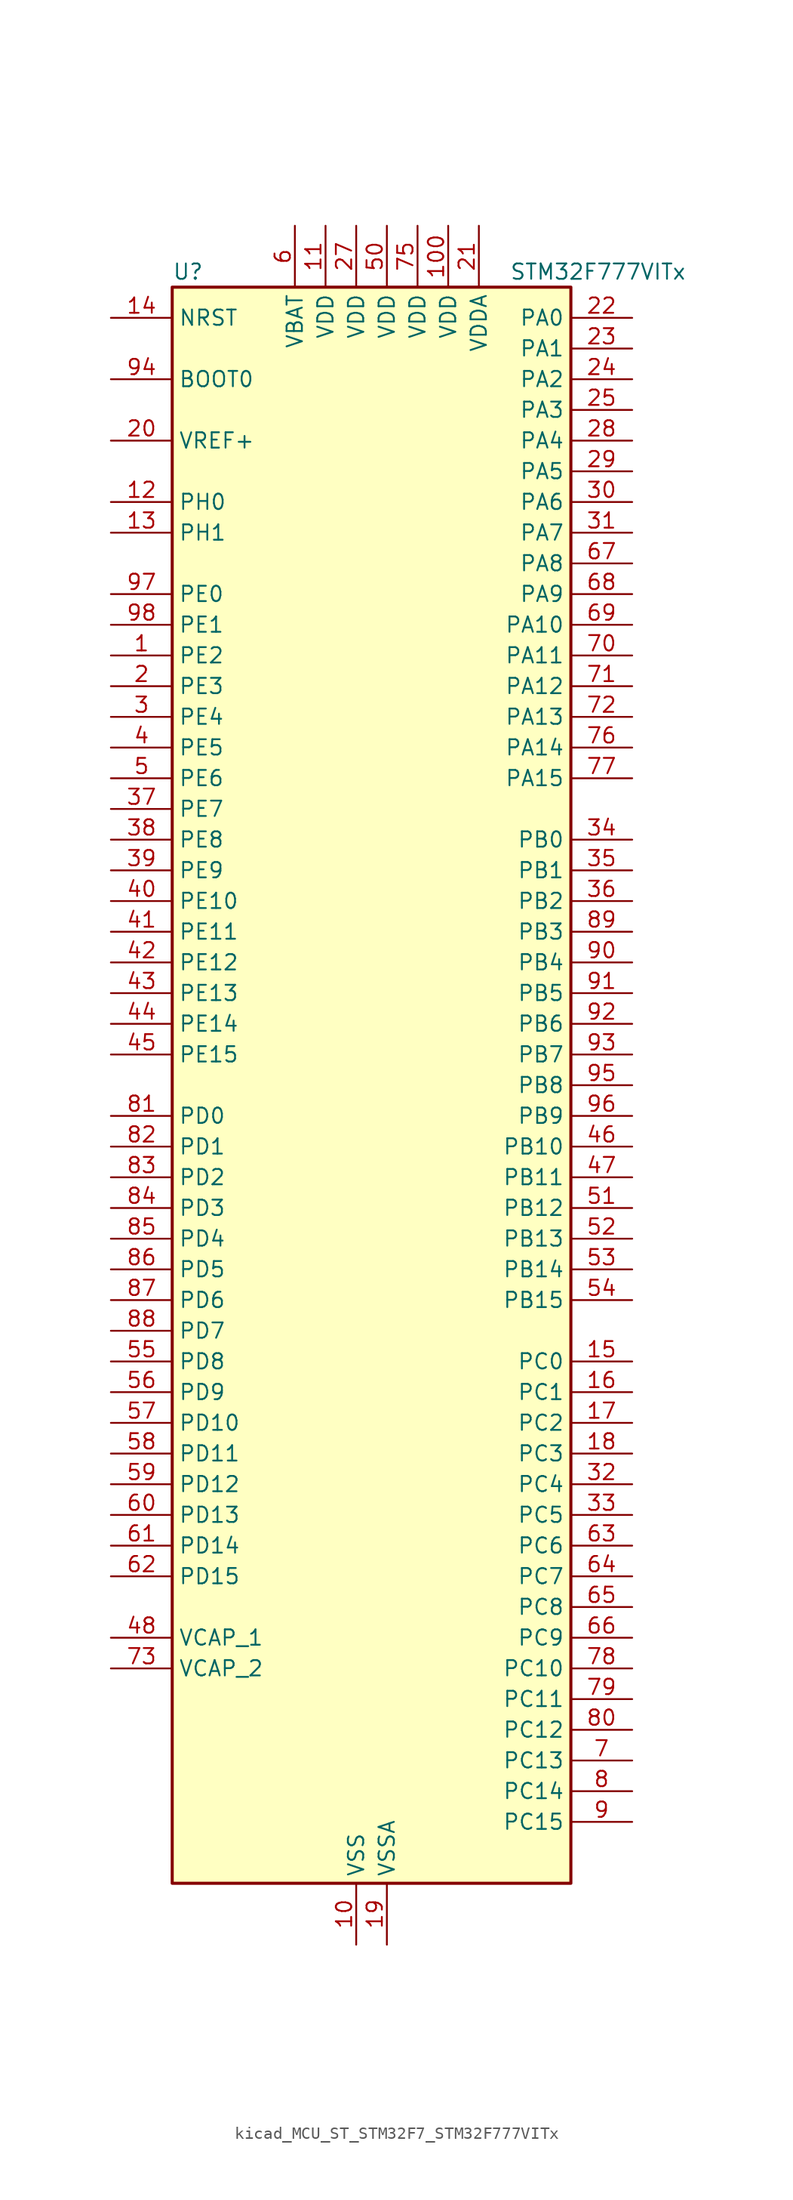
<source format=kicad_sym>
(kicad_symbol_lib
  (version 20220914)
  (generator kicad_symbol_editor)
  (symbol "kicad_MCU_ST_STM32F7_STM32F777VITx"
    (property "Reference" "U"
      (at -15.24 67.31 0)
      (effects (font (size 1.27 1.27)) (justify left)))
    (property "Value" "STM32F777VITx"
      (at 12.7 67.31 0)
      (effects (font (size 1.27 1.27)) (justify left)))
    (property "ki_locked" ""
      (at 0 0 0)
      (effects (font (size 1.27 1.27))))
    (symbol "kicad_MCU_ST_STM32F7_STM32F777VITx_0_1"
      (rectangle (start -15.24 -66.04) (end 17.78 66.04) (stroke (width 0.254) (type default)) (fill (type background))))
    (symbol "kicad_MCU_ST_STM32F7_STM32F777VITx_1_1"
      (pin bidirectional line (at -20.32 35.56 0) (length 5.08) (name "PE2" (effects (font (size 1.27 1.27)))) (number "1" (effects (font (size 1.27 1.27)))) (alternate "ETH_TXD3" bidirectional line) (alternate "FMC_A23" bidirectional line) (alternate "QUADSPI_BK1_IO2" bidirectional line) (alternate "SAI1_MCLK_A" bidirectional line) (alternate "SPI4_SCK" bidirectional line) (alternate "SYS_TRACECLK" bidirectional line))
      (pin power_in line (at 0 -71.12 90) (length 5.08) (name "VSS" (effects (font (size 1.27 1.27)))) (number "10" (effects (font (size 1.27 1.27)))))
      (pin power_in line (at 7.62 71.12 270) (length 5.08) (name "VDD" (effects (font (size 1.27 1.27)))) (number "100" (effects (font (size 1.27 1.27)))))
      (pin power_in line (at -2.54 71.12 270) (length 5.08) (name "VDD" (effects (font (size 1.27 1.27)))) (number "11" (effects (font (size 1.27 1.27)))))
      (pin bidirectional line (at -20.32 48.26 0) (length 5.08) (name "PH0" (effects (font (size 1.27 1.27)))) (number "12" (effects (font (size 1.27 1.27)))) (alternate "RCC_OSC_IN" bidirectional line))
      (pin bidirectional line (at -20.32 45.72 0) (length 5.08) (name "PH1" (effects (font (size 1.27 1.27)))) (number "13" (effects (font (size 1.27 1.27)))) (alternate "RCC_OSC_OUT" bidirectional line))
      (pin input line (at -20.32 63.5 0) (length 5.08) (name "NRST" (effects (font (size 1.27 1.27)))) (number "14" (effects (font (size 1.27 1.27)))))
      (pin bidirectional line (at 22.86 -22.86 180) (length 5.08) (name "PC0" (effects (font (size 1.27 1.27)))) (number "15" (effects (font (size 1.27 1.27)))) (alternate "ADC1_IN10" bidirectional line) (alternate "ADC2_IN10" bidirectional line) (alternate "ADC3_IN10" bidirectional line) (alternate "DFSDM1_CKIN0" bidirectional line) (alternate "DFSDM1_DATIN4" bidirectional line) (alternate "FMC_SDNWE" bidirectional line) (alternate "LTDC_R5" bidirectional line) (alternate "SAI2_FS_B" bidirectional line) (alternate "USB_OTG_HS_ULPI_STP" bidirectional line))
      (pin bidirectional line (at 22.86 -25.4 180) (length 5.08) (name "PC1" (effects (font (size 1.27 1.27)))) (number "16" (effects (font (size 1.27 1.27)))) (alternate "ADC1_IN11" bidirectional line) (alternate "ADC2_IN11" bidirectional line) (alternate "ADC3_IN11" bidirectional line) (alternate "DFSDM1_CKIN4" bidirectional line) (alternate "DFSDM1_DATIN0" bidirectional line) (alternate "ETH_MDC" bidirectional line) (alternate "I2S2_SD" bidirectional line) (alternate "MDIOS_MDC" bidirectional line) (alternate "RTC_TAMP3" bidirectional line) (alternate "RTC_TS" bidirectional line) (alternate "SAI1_SD_A" bidirectional line) (alternate "SPI2_MOSI" bidirectional line) (alternate "SYS_TRACED0" bidirectional line) (alternate "SYS_WKUP3" bidirectional line))
      (pin bidirectional line (at 22.86 -27.94 180) (length 5.08) (name "PC2" (effects (font (size 1.27 1.27)))) (number "17" (effects (font (size 1.27 1.27)))) (alternate "ADC1_IN12" bidirectional line) (alternate "ADC2_IN12" bidirectional line) (alternate "ADC3_IN12" bidirectional line) (alternate "DFSDM1_CKIN1" bidirectional line) (alternate "DFSDM1_CKOUT" bidirectional line) (alternate "ETH_TXD2" bidirectional line) (alternate "FMC_SDNE0" bidirectional line) (alternate "SPI2_MISO" bidirectional line) (alternate "USB_OTG_HS_ULPI_DIR" bidirectional line))
      (pin bidirectional line (at 22.86 -30.48 180) (length 5.08) (name "PC3" (effects (font (size 1.27 1.27)))) (number "18" (effects (font (size 1.27 1.27)))) (alternate "ADC1_IN13" bidirectional line) (alternate "ADC2_IN13" bidirectional line) (alternate "ADC3_IN13" bidirectional line) (alternate "DFSDM1_DATIN1" bidirectional line) (alternate "ETH_TX_CLK" bidirectional line) (alternate "FMC_SDCKE0" bidirectional line) (alternate "I2S2_SD" bidirectional line) (alternate "SPI2_MOSI" bidirectional line) (alternate "USB_OTG_HS_ULPI_NXT" bidirectional line))
      (pin power_in line (at 2.54 -71.12 90) (length 5.08) (name "VSSA" (effects (font (size 1.27 1.27)))) (number "19" (effects (font (size 1.27 1.27)))))
      (pin bidirectional line (at -20.32 33.02 0) (length 5.08) (name "PE3" (effects (font (size 1.27 1.27)))) (number "2" (effects (font (size 1.27 1.27)))) (alternate "FMC_A19" bidirectional line) (alternate "SAI1_SD_B" bidirectional line) (alternate "SYS_TRACED0" bidirectional line))
      (pin input line (at -20.32 53.34 0) (length 5.08) (name "VREF+" (effects (font (size 1.27 1.27)))) (number "20" (effects (font (size 1.27 1.27)))))
      (pin power_in line (at 10.16 71.12 270) (length 5.08) (name "VDDA" (effects (font (size 1.27 1.27)))) (number "21" (effects (font (size 1.27 1.27)))))
      (pin bidirectional line (at 22.86 63.5 180) (length 5.08) (name "PA0" (effects (font (size 1.27 1.27)))) (number "22" (effects (font (size 1.27 1.27)))) (alternate "ADC1_IN0" bidirectional line) (alternate "ADC2_IN0" bidirectional line) (alternate "ADC3_IN0" bidirectional line) (alternate "ETH_CRS" bidirectional line) (alternate "SAI2_SD_B" bidirectional line) (alternate "SYS_WKUP1" bidirectional line) (alternate "TIM2_CH1" bidirectional line) (alternate "TIM2_ETR" bidirectional line) (alternate "TIM5_CH1" bidirectional line) (alternate "TIM8_ETR" bidirectional line) (alternate "UART4_TX" bidirectional line) (alternate "USART2_CTS" bidirectional line))
      (pin bidirectional line (at 22.86 60.96 180) (length 5.08) (name "PA1" (effects (font (size 1.27 1.27)))) (number "23" (effects (font (size 1.27 1.27)))) (alternate "ADC1_IN1" bidirectional line) (alternate "ADC2_IN1" bidirectional line) (alternate "ADC3_IN1" bidirectional line) (alternate "ETH_REF_CLK" bidirectional line) (alternate "ETH_RX_CLK" bidirectional line) (alternate "LTDC_R2" bidirectional line) (alternate "QUADSPI_BK1_IO3" bidirectional line) (alternate "SAI2_MCLK_B" bidirectional line) (alternate "TIM2_CH2" bidirectional line) (alternate "TIM5_CH2" bidirectional line) (alternate "UART4_RX" bidirectional line) (alternate "USART2_DE" bidirectional line) (alternate "USART2_RTS" bidirectional line))
      (pin bidirectional line (at 22.86 58.42 180) (length 5.08) (name "PA2" (effects (font (size 1.27 1.27)))) (number "24" (effects (font (size 1.27 1.27)))) (alternate "ADC1_IN2" bidirectional line) (alternate "ADC2_IN2" bidirectional line) (alternate "ADC3_IN2" bidirectional line) (alternate "ETH_MDIO" bidirectional line) (alternate "LTDC_R1" bidirectional line) (alternate "MDIOS_MDIO" bidirectional line) (alternate "SAI2_SCK_B" bidirectional line) (alternate "SYS_WKUP2" bidirectional line) (alternate "TIM2_CH3" bidirectional line) (alternate "TIM5_CH3" bidirectional line) (alternate "TIM9_CH1" bidirectional line) (alternate "USART2_TX" bidirectional line))
      (pin bidirectional line (at 22.86 55.88 180) (length 5.08) (name "PA3" (effects (font (size 1.27 1.27)))) (number "25" (effects (font (size 1.27 1.27)))) (alternate "ADC1_IN3" bidirectional line) (alternate "ADC2_IN3" bidirectional line) (alternate "ADC3_IN3" bidirectional line) (alternate "ETH_COL" bidirectional line) (alternate "LTDC_B2" bidirectional line) (alternate "LTDC_B5" bidirectional line) (alternate "TIM2_CH4" bidirectional line) (alternate "TIM5_CH4" bidirectional line) (alternate "TIM9_CH2" bidirectional line) (alternate "USART2_RX" bidirectional line) (alternate "USB_OTG_HS_ULPI_D0" bidirectional line))
      (pin passive line (at 0 -71.12 90) (length 5.08) hide (name "VSS" (effects (font (size 1.27 1.27)))) (number "26" (effects (font (size 1.27 1.27)))))
      (pin power_in line (at 0 71.12 270) (length 5.08) (name "VDD" (effects (font (size 1.27 1.27)))) (number "27" (effects (font (size 1.27 1.27)))))
      (pin bidirectional line (at 22.86 53.34 180) (length 5.08) (name "PA4" (effects (font (size 1.27 1.27)))) (number "28" (effects (font (size 1.27 1.27)))) (alternate "ADC1_IN4" bidirectional line) (alternate "ADC2_IN4" bidirectional line) (alternate "DAC_OUT1" bidirectional line) (alternate "DCMI_HSYNC" bidirectional line) (alternate "I2S1_WS" bidirectional line) (alternate "I2S3_WS" bidirectional line) (alternate "LTDC_VSYNC" bidirectional line) (alternate "SPI1_NSS" bidirectional line) (alternate "SPI3_NSS" bidirectional line) (alternate "SPI6_NSS" bidirectional line) (alternate "USART2_CK" bidirectional line) (alternate "USB_OTG_HS_SOF" bidirectional line))
      (pin bidirectional line (at 22.86 50.8 180) (length 5.08) (name "PA5" (effects (font (size 1.27 1.27)))) (number "29" (effects (font (size 1.27 1.27)))) (alternate "ADC1_IN5" bidirectional line) (alternate "ADC2_IN5" bidirectional line) (alternate "DAC_OUT2" bidirectional line) (alternate "I2S1_CK" bidirectional line) (alternate "LTDC_R4" bidirectional line) (alternate "SPI1_SCK" bidirectional line) (alternate "SPI6_SCK" bidirectional line) (alternate "TIM2_CH1" bidirectional line) (alternate "TIM2_ETR" bidirectional line) (alternate "TIM8_CH1N" bidirectional line) (alternate "USB_OTG_HS_ULPI_CK" bidirectional line))
      (pin bidirectional line (at -20.32 30.48 0) (length 5.08) (name "PE4" (effects (font (size 1.27 1.27)))) (number "3" (effects (font (size 1.27 1.27)))) (alternate "DCMI_D4" bidirectional line) (alternate "DFSDM1_DATIN3" bidirectional line) (alternate "FMC_A20" bidirectional line) (alternate "LTDC_B0" bidirectional line) (alternate "SAI1_FS_A" bidirectional line) (alternate "SPI4_NSS" bidirectional line) (alternate "SYS_TRACED1" bidirectional line))
      (pin bidirectional line (at 22.86 48.26 180) (length 5.08) (name "PA6" (effects (font (size 1.27 1.27)))) (number "30" (effects (font (size 1.27 1.27)))) (alternate "ADC1_IN6" bidirectional line) (alternate "ADC2_IN6" bidirectional line) (alternate "DCMI_PIXCLK" bidirectional line) (alternate "LTDC_G2" bidirectional line) (alternate "MDIOS_MDC" bidirectional line) (alternate "SPI1_MISO" bidirectional line) (alternate "SPI6_MISO" bidirectional line) (alternate "TIM13_CH1" bidirectional line) (alternate "TIM1_BKIN" bidirectional line) (alternate "TIM3_CH1" bidirectional line) (alternate "TIM8_BKIN" bidirectional line))
      (pin bidirectional line (at 22.86 45.72 180) (length 5.08) (name "PA7" (effects (font (size 1.27 1.27)))) (number "31" (effects (font (size 1.27 1.27)))) (alternate "ADC1_IN7" bidirectional line) (alternate "ADC2_IN7" bidirectional line) (alternate "ETH_CRS_DV" bidirectional line) (alternate "ETH_RX_DV" bidirectional line) (alternate "FMC_SDNWE" bidirectional line) (alternate "I2S1_SD" bidirectional line) (alternate "SPI1_MOSI" bidirectional line) (alternate "SPI6_MOSI" bidirectional line) (alternate "TIM14_CH1" bidirectional line) (alternate "TIM1_CH1N" bidirectional line) (alternate "TIM3_CH2" bidirectional line) (alternate "TIM8_CH1N" bidirectional line))
      (pin bidirectional line (at 22.86 -33.02 180) (length 5.08) (name "PC4" (effects (font (size 1.27 1.27)))) (number "32" (effects (font (size 1.27 1.27)))) (alternate "ADC1_IN14" bidirectional line) (alternate "ADC2_IN14" bidirectional line) (alternate "DFSDM1_CKIN2" bidirectional line) (alternate "ETH_RXD0" bidirectional line) (alternate "FMC_SDNE0" bidirectional line) (alternate "I2S1_MCK" bidirectional line) (alternate "SPDIFRX_IN2" bidirectional line))
      (pin bidirectional line (at 22.86 -35.56 180) (length 5.08) (name "PC5" (effects (font (size 1.27 1.27)))) (number "33" (effects (font (size 1.27 1.27)))) (alternate "ADC1_IN15" bidirectional line) (alternate "ADC2_IN15" bidirectional line) (alternate "DFSDM1_DATIN2" bidirectional line) (alternate "ETH_RXD1" bidirectional line) (alternate "FMC_SDCKE0" bidirectional line) (alternate "SPDIFRX_IN3" bidirectional line))
      (pin bidirectional line (at 22.86 20.32 180) (length 5.08) (name "PB0" (effects (font (size 1.27 1.27)))) (number "34" (effects (font (size 1.27 1.27)))) (alternate "ADC1_IN8" bidirectional line) (alternate "ADC2_IN8" bidirectional line) (alternate "DFSDM1_CKOUT" bidirectional line) (alternate "ETH_RXD2" bidirectional line) (alternate "LTDC_G1" bidirectional line) (alternate "LTDC_R3" bidirectional line) (alternate "TIM1_CH2N" bidirectional line) (alternate "TIM3_CH3" bidirectional line) (alternate "TIM8_CH2N" bidirectional line) (alternate "UART4_CTS" bidirectional line) (alternate "USB_OTG_HS_ULPI_D1" bidirectional line))
      (pin bidirectional line (at 22.86 17.78 180) (length 5.08) (name "PB1" (effects (font (size 1.27 1.27)))) (number "35" (effects (font (size 1.27 1.27)))) (alternate "ADC1_IN9" bidirectional line) (alternate "ADC2_IN9" bidirectional line) (alternate "DFSDM1_DATIN1" bidirectional line) (alternate "ETH_RXD3" bidirectional line) (alternate "LTDC_G0" bidirectional line) (alternate "LTDC_R6" bidirectional line) (alternate "TIM1_CH3N" bidirectional line) (alternate "TIM3_CH4" bidirectional line) (alternate "TIM8_CH3N" bidirectional line) (alternate "USB_OTG_HS_ULPI_D2" bidirectional line))
      (pin bidirectional line (at 22.86 15.24 180) (length 5.08) (name "PB2" (effects (font (size 1.27 1.27)))) (number "36" (effects (font (size 1.27 1.27)))) (alternate "DFSDM1_CKIN1" bidirectional line) (alternate "I2S3_SD" bidirectional line) (alternate "QUADSPI_CLK" bidirectional line) (alternate "SAI1_SD_A" bidirectional line) (alternate "SPI3_MOSI" bidirectional line))
      (pin bidirectional line (at -20.32 22.86 0) (length 5.08) (name "PE7" (effects (font (size 1.27 1.27)))) (number "37" (effects (font (size 1.27 1.27)))) (alternate "DFSDM1_DATIN2" bidirectional line) (alternate "FMC_D4" bidirectional line) (alternate "FMC_DA4" bidirectional line) (alternate "QUADSPI_BK2_IO0" bidirectional line) (alternate "TIM1_ETR" bidirectional line) (alternate "UART7_RX" bidirectional line))
      (pin bidirectional line (at -20.32 20.32 0) (length 5.08) (name "PE8" (effects (font (size 1.27 1.27)))) (number "38" (effects (font (size 1.27 1.27)))) (alternate "DFSDM1_CKIN2" bidirectional line) (alternate "FMC_D5" bidirectional line) (alternate "FMC_DA5" bidirectional line) (alternate "QUADSPI_BK2_IO1" bidirectional line) (alternate "TIM1_CH1N" bidirectional line) (alternate "UART7_TX" bidirectional line))
      (pin bidirectional line (at -20.32 17.78 0) (length 5.08) (name "PE9" (effects (font (size 1.27 1.27)))) (number "39" (effects (font (size 1.27 1.27)))) (alternate "DAC_EXTI9" bidirectional line) (alternate "DFSDM1_CKOUT" bidirectional line) (alternate "FMC_D6" bidirectional line) (alternate "FMC_DA6" bidirectional line) (alternate "QUADSPI_BK2_IO2" bidirectional line) (alternate "TIM1_CH1" bidirectional line) (alternate "UART7_DE" bidirectional line) (alternate "UART7_RTS" bidirectional line))
      (pin bidirectional line (at -20.32 27.94 0) (length 5.08) (name "PE5" (effects (font (size 1.27 1.27)))) (number "4" (effects (font (size 1.27 1.27)))) (alternate "DCMI_D6" bidirectional line) (alternate "DFSDM1_CKIN3" bidirectional line) (alternate "FMC_A21" bidirectional line) (alternate "LTDC_G0" bidirectional line) (alternate "SAI1_SCK_A" bidirectional line) (alternate "SPI4_MISO" bidirectional line) (alternate "SYS_TRACED2" bidirectional line) (alternate "TIM9_CH1" bidirectional line))
      (pin bidirectional line (at -20.32 15.24 0) (length 5.08) (name "PE10" (effects (font (size 1.27 1.27)))) (number "40" (effects (font (size 1.27 1.27)))) (alternate "DFSDM1_DATIN4" bidirectional line) (alternate "FMC_D7" bidirectional line) (alternate "FMC_DA7" bidirectional line) (alternate "QUADSPI_BK2_IO3" bidirectional line) (alternate "TIM1_CH2N" bidirectional line) (alternate "UART7_CTS" bidirectional line))
      (pin bidirectional line (at -20.32 12.7 0) (length 5.08) (name "PE11" (effects (font (size 1.27 1.27)))) (number "41" (effects (font (size 1.27 1.27)))) (alternate "ADC1_EXTI11" bidirectional line) (alternate "ADC2_EXTI11" bidirectional line) (alternate "ADC3_EXTI11" bidirectional line) (alternate "DFSDM1_CKIN4" bidirectional line) (alternate "FMC_D8" bidirectional line) (alternate "FMC_DA8" bidirectional line) (alternate "LTDC_G3" bidirectional line) (alternate "SAI2_SD_B" bidirectional line) (alternate "SPI4_NSS" bidirectional line) (alternate "TIM1_CH2" bidirectional line))
      (pin bidirectional line (at -20.32 10.16 0) (length 5.08) (name "PE12" (effects (font (size 1.27 1.27)))) (number "42" (effects (font (size 1.27 1.27)))) (alternate "DFSDM1_DATIN5" bidirectional line) (alternate "FMC_D9" bidirectional line) (alternate "FMC_DA9" bidirectional line) (alternate "LTDC_B4" bidirectional line) (alternate "SAI2_SCK_B" bidirectional line) (alternate "SPI4_SCK" bidirectional line) (alternate "TIM1_CH3N" bidirectional line))
      (pin bidirectional line (at -20.32 7.62 0) (length 5.08) (name "PE13" (effects (font (size 1.27 1.27)))) (number "43" (effects (font (size 1.27 1.27)))) (alternate "DFSDM1_CKIN5" bidirectional line) (alternate "FMC_D10" bidirectional line) (alternate "FMC_DA10" bidirectional line) (alternate "LTDC_DE" bidirectional line) (alternate "SAI2_FS_B" bidirectional line) (alternate "SPI4_MISO" bidirectional line) (alternate "TIM1_CH3" bidirectional line))
      (pin bidirectional line (at -20.32 5.08 0) (length 5.08) (name "PE14" (effects (font (size 1.27 1.27)))) (number "44" (effects (font (size 1.27 1.27)))) (alternate "FMC_D11" bidirectional line) (alternate "FMC_DA11" bidirectional line) (alternate "LTDC_CLK" bidirectional line) (alternate "SAI2_MCLK_B" bidirectional line) (alternate "SPI4_MOSI" bidirectional line) (alternate "TIM1_CH4" bidirectional line))
      (pin bidirectional line (at -20.32 2.54 0) (length 5.08) (name "PE15" (effects (font (size 1.27 1.27)))) (number "45" (effects (font (size 1.27 1.27)))) (alternate "FMC_D12" bidirectional line) (alternate "FMC_DA12" bidirectional line) (alternate "LTDC_R7" bidirectional line) (alternate "TIM1_BKIN" bidirectional line))
      (pin bidirectional line (at 22.86 -5.08 180) (length 5.08) (name "PB10" (effects (font (size 1.27 1.27)))) (number "46" (effects (font (size 1.27 1.27)))) (alternate "DFSDM1_DATIN7" bidirectional line) (alternate "ETH_RX_ER" bidirectional line) (alternate "I2C2_SCL" bidirectional line) (alternate "I2S2_CK" bidirectional line) (alternate "LTDC_G4" bidirectional line) (alternate "QUADSPI_BK1_NCS" bidirectional line) (alternate "SPI2_SCK" bidirectional line) (alternate "TIM2_CH3" bidirectional line) (alternate "USART3_TX" bidirectional line) (alternate "USB_OTG_HS_ULPI_D3" bidirectional line))
      (pin bidirectional line (at 22.86 -7.62 180) (length 5.08) (name "PB11" (effects (font (size 1.27 1.27)))) (number "47" (effects (font (size 1.27 1.27)))) (alternate "ADC1_EXTI11" bidirectional line) (alternate "ADC2_EXTI11" bidirectional line) (alternate "ADC3_EXTI11" bidirectional line) (alternate "DFSDM1_CKIN7" bidirectional line) (alternate "ETH_TX_EN" bidirectional line) (alternate "I2C2_SDA" bidirectional line) (alternate "LTDC_G5" bidirectional line) (alternate "TIM2_CH4" bidirectional line) (alternate "USART3_RX" bidirectional line) (alternate "USB_OTG_HS_ULPI_D4" bidirectional line))
      (pin power_out line (at -20.32 -45.72 0) (length 5.08) (name "VCAP_1" (effects (font (size 1.27 1.27)))) (number "48" (effects (font (size 1.27 1.27)))))
      (pin passive line (at 0 -71.12 90) (length 5.08) hide (name "VSS" (effects (font (size 1.27 1.27)))) (number "49" (effects (font (size 1.27 1.27)))))
      (pin bidirectional line (at -20.32 25.4 0) (length 5.08) (name "PE6" (effects (font (size 1.27 1.27)))) (number "5" (effects (font (size 1.27 1.27)))) (alternate "DCMI_D7" bidirectional line) (alternate "FMC_A22" bidirectional line) (alternate "LTDC_G1" bidirectional line) (alternate "SAI1_SD_A" bidirectional line) (alternate "SAI2_MCLK_B" bidirectional line) (alternate "SPI4_MOSI" bidirectional line) (alternate "SYS_TRACED3" bidirectional line) (alternate "TIM1_BKIN2" bidirectional line) (alternate "TIM9_CH2" bidirectional line))
      (pin power_in line (at 2.54 71.12 270) (length 5.08) (name "VDD" (effects (font (size 1.27 1.27)))) (number "50" (effects (font (size 1.27 1.27)))))
      (pin bidirectional line (at 22.86 -10.16 180) (length 5.08) (name "PB12" (effects (font (size 1.27 1.27)))) (number "51" (effects (font (size 1.27 1.27)))) (alternate "CAN2_RX" bidirectional line) (alternate "DFSDM1_DATIN1" bidirectional line) (alternate "ETH_TXD0" bidirectional line) (alternate "I2C2_SMBA" bidirectional line) (alternate "I2S2_WS" bidirectional line) (alternate "SPI2_NSS" bidirectional line) (alternate "TIM1_BKIN" bidirectional line) (alternate "UART5_RX" bidirectional line) (alternate "USART3_CK" bidirectional line) (alternate "USB_OTG_HS_ID" bidirectional line) (alternate "USB_OTG_HS_ULPI_D5" bidirectional line))
      (pin bidirectional line (at 22.86 -12.7 180) (length 5.08) (name "PB13" (effects (font (size 1.27 1.27)))) (number "52" (effects (font (size 1.27 1.27)))) (alternate "CAN2_TX" bidirectional line) (alternate "DFSDM1_CKIN1" bidirectional line) (alternate "ETH_TXD1" bidirectional line) (alternate "I2S2_CK" bidirectional line) (alternate "SPI2_SCK" bidirectional line) (alternate "TIM1_CH1N" bidirectional line) (alternate "UART5_TX" bidirectional line) (alternate "USART3_CTS" bidirectional line) (alternate "USB_OTG_HS_ULPI_D6" bidirectional line) (alternate "USB_OTG_HS_VBUS" bidirectional line))
      (pin bidirectional line (at 22.86 -15.24 180) (length 5.08) (name "PB14" (effects (font (size 1.27 1.27)))) (number "53" (effects (font (size 1.27 1.27)))) (alternate "DFSDM1_DATIN2" bidirectional line) (alternate "SDMMC2_D0" bidirectional line) (alternate "SPI2_MISO" bidirectional line) (alternate "TIM12_CH1" bidirectional line) (alternate "TIM1_CH2N" bidirectional line) (alternate "TIM8_CH2N" bidirectional line) (alternate "UART4_DE" bidirectional line) (alternate "UART4_RTS" bidirectional line) (alternate "USART1_TX" bidirectional line) (alternate "USART3_DE" bidirectional line) (alternate "USART3_RTS" bidirectional line) (alternate "USB_OTG_HS_DM" bidirectional line))
      (pin bidirectional line (at 22.86 -17.78 180) (length 5.08) (name "PB15" (effects (font (size 1.27 1.27)))) (number "54" (effects (font (size 1.27 1.27)))) (alternate "DFSDM1_CKIN2" bidirectional line) (alternate "I2S2_SD" bidirectional line) (alternate "RTC_REFIN" bidirectional line) (alternate "SDMMC2_D1" bidirectional line) (alternate "SPI2_MOSI" bidirectional line) (alternate "TIM12_CH2" bidirectional line) (alternate "TIM1_CH3N" bidirectional line) (alternate "TIM8_CH3N" bidirectional line) (alternate "UART4_CTS" bidirectional line) (alternate "USART1_RX" bidirectional line) (alternate "USB_OTG_HS_DP" bidirectional line))
      (pin bidirectional line (at -20.32 -22.86 0) (length 5.08) (name "PD8" (effects (font (size 1.27 1.27)))) (number "55" (effects (font (size 1.27 1.27)))) (alternate "DFSDM1_CKIN3" bidirectional line) (alternate "FMC_D13" bidirectional line) (alternate "FMC_DA13" bidirectional line) (alternate "SPDIFRX_IN1" bidirectional line) (alternate "USART3_TX" bidirectional line))
      (pin bidirectional line (at -20.32 -25.4 0) (length 5.08) (name "PD9" (effects (font (size 1.27 1.27)))) (number "56" (effects (font (size 1.27 1.27)))) (alternate "DAC_EXTI9" bidirectional line) (alternate "DFSDM1_DATIN3" bidirectional line) (alternate "FMC_D14" bidirectional line) (alternate "FMC_DA14" bidirectional line) (alternate "USART3_RX" bidirectional line))
      (pin bidirectional line (at -20.32 -27.94 0) (length 5.08) (name "PD10" (effects (font (size 1.27 1.27)))) (number "57" (effects (font (size 1.27 1.27)))) (alternate "DFSDM1_CKOUT" bidirectional line) (alternate "FMC_D15" bidirectional line) (alternate "FMC_DA15" bidirectional line) (alternate "LTDC_B3" bidirectional line) (alternate "USART3_CK" bidirectional line))
      (pin bidirectional line (at -20.32 -30.48 0) (length 5.08) (name "PD11" (effects (font (size 1.27 1.27)))) (number "58" (effects (font (size 1.27 1.27)))) (alternate "ADC1_EXTI11" bidirectional line) (alternate "ADC2_EXTI11" bidirectional line) (alternate "ADC3_EXTI11" bidirectional line) (alternate "FMC_A16" bidirectional line) (alternate "FMC_CLE" bidirectional line) (alternate "I2C4_SMBA" bidirectional line) (alternate "QUADSPI_BK1_IO0" bidirectional line) (alternate "SAI2_SD_A" bidirectional line) (alternate "USART3_CTS" bidirectional line))
      (pin bidirectional line (at -20.32 -33.02 0) (length 5.08) (name "PD12" (effects (font (size 1.27 1.27)))) (number "59" (effects (font (size 1.27 1.27)))) (alternate "FMC_A17" bidirectional line) (alternate "FMC_ALE" bidirectional line) (alternate "I2C4_SCL" bidirectional line) (alternate "LPTIM1_IN1" bidirectional line) (alternate "QUADSPI_BK1_IO1" bidirectional line) (alternate "SAI2_FS_A" bidirectional line) (alternate "TIM4_CH1" bidirectional line) (alternate "USART3_DE" bidirectional line) (alternate "USART3_RTS" bidirectional line))
      (pin power_in line (at -5.08 71.12 270) (length 5.08) (name "VBAT" (effects (font (size 1.27 1.27)))) (number "6" (effects (font (size 1.27 1.27)))))
      (pin bidirectional line (at -20.32 -35.56 0) (length 5.08) (name "PD13" (effects (font (size 1.27 1.27)))) (number "60" (effects (font (size 1.27 1.27)))) (alternate "FMC_A18" bidirectional line) (alternate "I2C4_SDA" bidirectional line) (alternate "LPTIM1_OUT" bidirectional line) (alternate "QUADSPI_BK1_IO3" bidirectional line) (alternate "SAI2_SCK_A" bidirectional line) (alternate "TIM4_CH2" bidirectional line))
      (pin bidirectional line (at -20.32 -38.1 0) (length 5.08) (name "PD14" (effects (font (size 1.27 1.27)))) (number "61" (effects (font (size 1.27 1.27)))) (alternate "FMC_D0" bidirectional line) (alternate "FMC_DA0" bidirectional line) (alternate "TIM4_CH3" bidirectional line) (alternate "UART8_CTS" bidirectional line))
      (pin bidirectional line (at -20.32 -40.64 0) (length 5.08) (name "PD15" (effects (font (size 1.27 1.27)))) (number "62" (effects (font (size 1.27 1.27)))) (alternate "FMC_D1" bidirectional line) (alternate "FMC_DA1" bidirectional line) (alternate "TIM4_CH4" bidirectional line) (alternate "UART8_DE" bidirectional line) (alternate "UART8_RTS" bidirectional line))
      (pin bidirectional line (at 22.86 -38.1 180) (length 5.08) (name "PC6" (effects (font (size 1.27 1.27)))) (number "63" (effects (font (size 1.27 1.27)))) (alternate "DCMI_D0" bidirectional line) (alternate "DFSDM1_CKIN3" bidirectional line) (alternate "FMC_NWAIT" bidirectional line) (alternate "I2S2_MCK" bidirectional line) (alternate "LTDC_HSYNC" bidirectional line) (alternate "SDMMC1_D6" bidirectional line) (alternate "SDMMC2_D6" bidirectional line) (alternate "TIM3_CH1" bidirectional line) (alternate "TIM8_CH1" bidirectional line) (alternate "USART6_TX" bidirectional line))
      (pin bidirectional line (at 22.86 -40.64 180) (length 5.08) (name "PC7" (effects (font (size 1.27 1.27)))) (number "64" (effects (font (size 1.27 1.27)))) (alternate "DCMI_D1" bidirectional line) (alternate "DFSDM1_DATIN3" bidirectional line) (alternate "FMC_NE1" bidirectional line) (alternate "I2S3_MCK" bidirectional line) (alternate "LTDC_G6" bidirectional line) (alternate "SDMMC1_D7" bidirectional line) (alternate "SDMMC2_D7" bidirectional line) (alternate "TIM3_CH2" bidirectional line) (alternate "TIM8_CH2" bidirectional line) (alternate "USART6_RX" bidirectional line))
      (pin bidirectional line (at 22.86 -43.18 180) (length 5.08) (name "PC8" (effects (font (size 1.27 1.27)))) (number "65" (effects (font (size 1.27 1.27)))) (alternate "DCMI_D2" bidirectional line) (alternate "FMC_NCE" bidirectional line) (alternate "FMC_NE2" bidirectional line) (alternate "SDMMC1_D0" bidirectional line) (alternate "SYS_TRACED1" bidirectional line) (alternate "TIM3_CH3" bidirectional line) (alternate "TIM8_CH3" bidirectional line) (alternate "UART5_DE" bidirectional line) (alternate "UART5_RTS" bidirectional line) (alternate "USART6_CK" bidirectional line))
      (pin bidirectional line (at 22.86 -45.72 180) (length 5.08) (name "PC9" (effects (font (size 1.27 1.27)))) (number "66" (effects (font (size 1.27 1.27)))) (alternate "DAC_EXTI9" bidirectional line) (alternate "DCMI_D3" bidirectional line) (alternate "I2C3_SDA" bidirectional line) (alternate "I2S_CKIN" bidirectional line) (alternate "LTDC_B2" bidirectional line) (alternate "LTDC_G3" bidirectional line) (alternate "QUADSPI_BK1_IO0" bidirectional line) (alternate "RCC_MCO_2" bidirectional line) (alternate "SDMMC1_D1" bidirectional line) (alternate "TIM3_CH4" bidirectional line) (alternate "TIM8_CH4" bidirectional line) (alternate "UART5_CTS" bidirectional line))
      (pin bidirectional line (at 22.86 43.18 180) (length 5.08) (name "PA8" (effects (font (size 1.27 1.27)))) (number "67" (effects (font (size 1.27 1.27)))) (alternate "CAN3_RX" bidirectional line) (alternate "I2C3_SCL" bidirectional line) (alternate "LTDC_B3" bidirectional line) (alternate "LTDC_R6" bidirectional line) (alternate "RCC_MCO_1" bidirectional line) (alternate "TIM1_CH1" bidirectional line) (alternate "TIM8_BKIN2" bidirectional line) (alternate "UART7_RX" bidirectional line) (alternate "USART1_CK" bidirectional line) (alternate "USB_OTG_FS_SOF" bidirectional line))
      (pin bidirectional line (at 22.86 40.64 180) (length 5.08) (name "PA9" (effects (font (size 1.27 1.27)))) (number "68" (effects (font (size 1.27 1.27)))) (alternate "DAC_EXTI9" bidirectional line) (alternate "DCMI_D0" bidirectional line) (alternate "I2C3_SMBA" bidirectional line) (alternate "I2S2_CK" bidirectional line) (alternate "LTDC_R5" bidirectional line) (alternate "SPI2_SCK" bidirectional line) (alternate "TIM1_CH2" bidirectional line) (alternate "USART1_TX" bidirectional line) (alternate "USB_OTG_FS_VBUS" bidirectional line))
      (pin bidirectional line (at 22.86 38.1 180) (length 5.08) (name "PA10" (effects (font (size 1.27 1.27)))) (number "69" (effects (font (size 1.27 1.27)))) (alternate "DCMI_D1" bidirectional line) (alternate "LTDC_B1" bidirectional line) (alternate "LTDC_B4" bidirectional line) (alternate "MDIOS_MDIO" bidirectional line) (alternate "TIM1_CH3" bidirectional line) (alternate "USART1_RX" bidirectional line) (alternate "USB_OTG_FS_ID" bidirectional line))
      (pin bidirectional line (at 22.86 -55.88 180) (length 5.08) (name "PC13" (effects (font (size 1.27 1.27)))) (number "7" (effects (font (size 1.27 1.27)))) (alternate "RTC_OUT" bidirectional line) (alternate "RTC_TAMP1" bidirectional line) (alternate "RTC_TS" bidirectional line) (alternate "SYS_WKUP4" bidirectional line))
      (pin bidirectional line (at 22.86 35.56 180) (length 5.08) (name "PA11" (effects (font (size 1.27 1.27)))) (number "70" (effects (font (size 1.27 1.27)))) (alternate "ADC1_EXTI11" bidirectional line) (alternate "ADC2_EXTI11" bidirectional line) (alternate "ADC3_EXTI11" bidirectional line) (alternate "CAN1_RX" bidirectional line) (alternate "I2S2_WS" bidirectional line) (alternate "LTDC_R4" bidirectional line) (alternate "SPI2_NSS" bidirectional line) (alternate "TIM1_CH4" bidirectional line) (alternate "UART4_RX" bidirectional line) (alternate "USART1_CTS" bidirectional line) (alternate "USB_OTG_FS_DM" bidirectional line))
      (pin bidirectional line (at 22.86 33.02 180) (length 5.08) (name "PA12" (effects (font (size 1.27 1.27)))) (number "71" (effects (font (size 1.27 1.27)))) (alternate "CAN1_TX" bidirectional line) (alternate "I2S2_CK" bidirectional line) (alternate "LTDC_R5" bidirectional line) (alternate "SAI2_FS_B" bidirectional line) (alternate "SPI2_SCK" bidirectional line) (alternate "TIM1_ETR" bidirectional line) (alternate "UART4_TX" bidirectional line) (alternate "USART1_DE" bidirectional line) (alternate "USART1_RTS" bidirectional line) (alternate "USB_OTG_FS_DP" bidirectional line))
      (pin bidirectional line (at 22.86 30.48 180) (length 5.08) (name "PA13" (effects (font (size 1.27 1.27)))) (number "72" (effects (font (size 1.27 1.27)))) (alternate "SYS_JTMS-SWDIO" bidirectional line))
      (pin power_out line (at -20.32 -48.26 0) (length 5.08) (name "VCAP_2" (effects (font (size 1.27 1.27)))) (number "73" (effects (font (size 1.27 1.27)))))
      (pin passive line (at 0 -71.12 90) (length 5.08) hide (name "VSS" (effects (font (size 1.27 1.27)))) (number "74" (effects (font (size 1.27 1.27)))))
      (pin power_in line (at 5.08 71.12 270) (length 5.08) (name "VDD" (effects (font (size 1.27 1.27)))) (number "75" (effects (font (size 1.27 1.27)))))
      (pin bidirectional line (at 22.86 27.94 180) (length 5.08) (name "PA14" (effects (font (size 1.27 1.27)))) (number "76" (effects (font (size 1.27 1.27)))) (alternate "SYS_JTCK-SWCLK" bidirectional line))
      (pin bidirectional line (at 22.86 25.4 180) (length 5.08) (name "PA15" (effects (font (size 1.27 1.27)))) (number "77" (effects (font (size 1.27 1.27)))) (alternate "CAN3_TX" bidirectional line) (alternate "CEC" bidirectional line) (alternate "I2S1_WS" bidirectional line) (alternate "I2S3_WS" bidirectional line) (alternate "SPI1_NSS" bidirectional line) (alternate "SPI3_NSS" bidirectional line) (alternate "SPI6_NSS" bidirectional line) (alternate "SYS_JTDI" bidirectional line) (alternate "TIM2_CH1" bidirectional line) (alternate "TIM2_ETR" bidirectional line) (alternate "UART4_DE" bidirectional line) (alternate "UART4_RTS" bidirectional line) (alternate "UART7_TX" bidirectional line))
      (pin bidirectional line (at 22.86 -48.26 180) (length 5.08) (name "PC10" (effects (font (size 1.27 1.27)))) (number "78" (effects (font (size 1.27 1.27)))) (alternate "DCMI_D8" bidirectional line) (alternate "DFSDM1_CKIN5" bidirectional line) (alternate "I2S3_CK" bidirectional line) (alternate "LTDC_R2" bidirectional line) (alternate "QUADSPI_BK1_IO1" bidirectional line) (alternate "SDMMC1_D2" bidirectional line) (alternate "SPI3_SCK" bidirectional line) (alternate "UART4_TX" bidirectional line) (alternate "USART3_TX" bidirectional line))
      (pin bidirectional line (at 22.86 -50.8 180) (length 5.08) (name "PC11" (effects (font (size 1.27 1.27)))) (number "79" (effects (font (size 1.27 1.27)))) (alternate "ADC1_EXTI11" bidirectional line) (alternate "ADC2_EXTI11" bidirectional line) (alternate "ADC3_EXTI11" bidirectional line) (alternate "DCMI_D4" bidirectional line) (alternate "DFSDM1_DATIN5" bidirectional line) (alternate "QUADSPI_BK2_NCS" bidirectional line) (alternate "SDMMC1_D3" bidirectional line) (alternate "SPI3_MISO" bidirectional line) (alternate "UART4_RX" bidirectional line) (alternate "USART3_RX" bidirectional line))
      (pin bidirectional line (at 22.86 -58.42 180) (length 5.08) (name "PC14" (effects (font (size 1.27 1.27)))) (number "8" (effects (font (size 1.27 1.27)))) (alternate "RCC_OSC32_IN" bidirectional line))
      (pin bidirectional line (at 22.86 -53.34 180) (length 5.08) (name "PC12" (effects (font (size 1.27 1.27)))) (number "80" (effects (font (size 1.27 1.27)))) (alternate "DCMI_D9" bidirectional line) (alternate "I2S3_SD" bidirectional line) (alternate "SDMMC1_CK" bidirectional line) (alternate "SPI3_MOSI" bidirectional line) (alternate "SYS_TRACED3" bidirectional line) (alternate "UART5_TX" bidirectional line) (alternate "USART3_CK" bidirectional line))
      (pin bidirectional line (at -20.32 -2.54 0) (length 5.08) (name "PD0" (effects (font (size 1.27 1.27)))) (number "81" (effects (font (size 1.27 1.27)))) (alternate "CAN1_RX" bidirectional line) (alternate "DFSDM1_CKIN6" bidirectional line) (alternate "DFSDM1_DATIN7" bidirectional line) (alternate "FMC_D2" bidirectional line) (alternate "FMC_DA2" bidirectional line) (alternate "UART4_RX" bidirectional line))
      (pin bidirectional line (at -20.32 -5.08 0) (length 5.08) (name "PD1" (effects (font (size 1.27 1.27)))) (number "82" (effects (font (size 1.27 1.27)))) (alternate "CAN1_TX" bidirectional line) (alternate "DFSDM1_CKIN7" bidirectional line) (alternate "DFSDM1_DATIN6" bidirectional line) (alternate "FMC_D3" bidirectional line) (alternate "FMC_DA3" bidirectional line) (alternate "UART4_TX" bidirectional line))
      (pin bidirectional line (at -20.32 -7.62 0) (length 5.08) (name "PD2" (effects (font (size 1.27 1.27)))) (number "83" (effects (font (size 1.27 1.27)))) (alternate "DCMI_D11" bidirectional line) (alternate "SDMMC1_CMD" bidirectional line) (alternate "SYS_TRACED2" bidirectional line) (alternate "TIM3_ETR" bidirectional line) (alternate "UART5_RX" bidirectional line))
      (pin bidirectional line (at -20.32 -10.16 0) (length 5.08) (name "PD3" (effects (font (size 1.27 1.27)))) (number "84" (effects (font (size 1.27 1.27)))) (alternate "DCMI_D5" bidirectional line) (alternate "DFSDM1_CKOUT" bidirectional line) (alternate "DFSDM1_DATIN0" bidirectional line) (alternate "FMC_CLK" bidirectional line) (alternate "I2S2_CK" bidirectional line) (alternate "LTDC_G7" bidirectional line) (alternate "SPI2_SCK" bidirectional line) (alternate "USART2_CTS" bidirectional line))
      (pin bidirectional line (at -20.32 -12.7 0) (length 5.08) (name "PD4" (effects (font (size 1.27 1.27)))) (number "85" (effects (font (size 1.27 1.27)))) (alternate "DFSDM1_CKIN0" bidirectional line) (alternate "FMC_NOE" bidirectional line) (alternate "USART2_DE" bidirectional line) (alternate "USART2_RTS" bidirectional line))
      (pin bidirectional line (at -20.32 -15.24 0) (length 5.08) (name "PD5" (effects (font (size 1.27 1.27)))) (number "86" (effects (font (size 1.27 1.27)))) (alternate "FMC_NWE" bidirectional line) (alternate "USART2_TX" bidirectional line))
      (pin bidirectional line (at -20.32 -17.78 0) (length 5.08) (name "PD6" (effects (font (size 1.27 1.27)))) (number "87" (effects (font (size 1.27 1.27)))) (alternate "DCMI_D10" bidirectional line) (alternate "DFSDM1_CKIN4" bidirectional line) (alternate "DFSDM1_DATIN1" bidirectional line) (alternate "FMC_NWAIT" bidirectional line) (alternate "I2S3_SD" bidirectional line) (alternate "LTDC_B2" bidirectional line) (alternate "SAI1_SD_A" bidirectional line) (alternate "SDMMC2_CK" bidirectional line) (alternate "SPI3_MOSI" bidirectional line) (alternate "USART2_RX" bidirectional line))
      (pin bidirectional line (at -20.32 -20.32 0) (length 5.08) (name "PD7" (effects (font (size 1.27 1.27)))) (number "88" (effects (font (size 1.27 1.27)))) (alternate "DFSDM1_CKIN1" bidirectional line) (alternate "DFSDM1_DATIN4" bidirectional line) (alternate "FMC_NE1" bidirectional line) (alternate "I2S1_SD" bidirectional line) (alternate "SDMMC2_CMD" bidirectional line) (alternate "SPDIFRX_IN0" bidirectional line) (alternate "SPI1_MOSI" bidirectional line) (alternate "USART2_CK" bidirectional line))
      (pin bidirectional line (at 22.86 12.7 180) (length 5.08) (name "PB3" (effects (font (size 1.27 1.27)))) (number "89" (effects (font (size 1.27 1.27)))) (alternate "CAN3_RX" bidirectional line) (alternate "I2S1_CK" bidirectional line) (alternate "I2S3_CK" bidirectional line) (alternate "SDMMC2_D2" bidirectional line) (alternate "SPI1_SCK" bidirectional line) (alternate "SPI3_SCK" bidirectional line) (alternate "SPI6_SCK" bidirectional line) (alternate "SYS_JTDO-SWO" bidirectional line) (alternate "TIM2_CH2" bidirectional line) (alternate "UART7_RX" bidirectional line))
      (pin bidirectional line (at 22.86 -60.96 180) (length 5.08) (name "PC15" (effects (font (size 1.27 1.27)))) (number "9" (effects (font (size 1.27 1.27)))) (alternate "RCC_OSC32_OUT" bidirectional line))
      (pin bidirectional line (at 22.86 10.16 180) (length 5.08) (name "PB4" (effects (font (size 1.27 1.27)))) (number "90" (effects (font (size 1.27 1.27)))) (alternate "CAN3_TX" bidirectional line) (alternate "I2S2_WS" bidirectional line) (alternate "SDMMC2_D3" bidirectional line) (alternate "SPI1_MISO" bidirectional line) (alternate "SPI2_NSS" bidirectional line) (alternate "SPI3_MISO" bidirectional line) (alternate "SPI6_MISO" bidirectional line) (alternate "SYS_JTRST" bidirectional line) (alternate "TIM3_CH1" bidirectional line) (alternate "UART7_TX" bidirectional line))
      (pin bidirectional line (at 22.86 7.62 180) (length 5.08) (name "PB5" (effects (font (size 1.27 1.27)))) (number "91" (effects (font (size 1.27 1.27)))) (alternate "CAN2_RX" bidirectional line) (alternate "DCMI_D10" bidirectional line) (alternate "ETH_PPS_OUT" bidirectional line) (alternate "FMC_SDCKE1" bidirectional line) (alternate "I2C1_SMBA" bidirectional line) (alternate "I2S1_SD" bidirectional line) (alternate "I2S3_SD" bidirectional line) (alternate "LTDC_G7" bidirectional line) (alternate "SPI1_MOSI" bidirectional line) (alternate "SPI3_MOSI" bidirectional line) (alternate "SPI6_MOSI" bidirectional line) (alternate "TIM3_CH2" bidirectional line) (alternate "UART5_RX" bidirectional line) (alternate "USB_OTG_HS_ULPI_D7" bidirectional line))
      (pin bidirectional line (at 22.86 5.08 180) (length 5.08) (name "PB6" (effects (font (size 1.27 1.27)))) (number "92" (effects (font (size 1.27 1.27)))) (alternate "CAN2_TX" bidirectional line) (alternate "CEC" bidirectional line) (alternate "DCMI_D5" bidirectional line) (alternate "DFSDM1_DATIN5" bidirectional line) (alternate "FMC_SDNE1" bidirectional line) (alternate "I2C1_SCL" bidirectional line) (alternate "I2C4_SCL" bidirectional line) (alternate "QUADSPI_BK1_NCS" bidirectional line) (alternate "TIM4_CH1" bidirectional line) (alternate "UART5_TX" bidirectional line) (alternate "USART1_TX" bidirectional line))
      (pin bidirectional line (at 22.86 2.54 180) (length 5.08) (name "PB7" (effects (font (size 1.27 1.27)))) (number "93" (effects (font (size 1.27 1.27)))) (alternate "DCMI_VSYNC" bidirectional line) (alternate "DFSDM1_CKIN5" bidirectional line) (alternate "FMC_NL" bidirectional line) (alternate "I2C1_SDA" bidirectional line) (alternate "I2C4_SDA" bidirectional line) (alternate "TIM4_CH2" bidirectional line) (alternate "USART1_RX" bidirectional line))
      (pin input line (at -20.32 58.42 0) (length 5.08) (name "BOOT0" (effects (font (size 1.27 1.27)))) (number "94" (effects (font (size 1.27 1.27)))))
      (pin bidirectional line (at 22.86 0 180) (length 5.08) (name "PB8" (effects (font (size 1.27 1.27)))) (number "95" (effects (font (size 1.27 1.27)))) (alternate "CAN1_RX" bidirectional line) (alternate "DCMI_D6" bidirectional line) (alternate "DFSDM1_CKIN7" bidirectional line) (alternate "ETH_TXD3" bidirectional line) (alternate "I2C1_SCL" bidirectional line) (alternate "I2C4_SCL" bidirectional line) (alternate "LTDC_B6" bidirectional line) (alternate "SDMMC1_D4" bidirectional line) (alternate "SDMMC2_D4" bidirectional line) (alternate "TIM10_CH1" bidirectional line) (alternate "TIM4_CH3" bidirectional line) (alternate "UART5_RX" bidirectional line))
      (pin bidirectional line (at 22.86 -2.54 180) (length 5.08) (name "PB9" (effects (font (size 1.27 1.27)))) (number "96" (effects (font (size 1.27 1.27)))) (alternate "CAN1_TX" bidirectional line) (alternate "DAC_EXTI9" bidirectional line) (alternate "DCMI_D7" bidirectional line) (alternate "DFSDM1_DATIN7" bidirectional line) (alternate "I2C1_SDA" bidirectional line) (alternate "I2C4_SDA" bidirectional line) (alternate "I2C4_SMBA" bidirectional line) (alternate "I2S2_WS" bidirectional line) (alternate "LTDC_B7" bidirectional line) (alternate "SDMMC1_D5" bidirectional line) (alternate "SDMMC2_D5" bidirectional line) (alternate "SPI2_NSS" bidirectional line) (alternate "TIM11_CH1" bidirectional line) (alternate "TIM4_CH4" bidirectional line) (alternate "UART5_TX" bidirectional line))
      (pin bidirectional line (at -20.32 40.64 0) (length 5.08) (name "PE0" (effects (font (size 1.27 1.27)))) (number "97" (effects (font (size 1.27 1.27)))) (alternate "DCMI_D2" bidirectional line) (alternate "FMC_NBL0" bidirectional line) (alternate "LPTIM1_ETR" bidirectional line) (alternate "SAI2_MCLK_A" bidirectional line) (alternate "TIM4_ETR" bidirectional line) (alternate "UART8_RX" bidirectional line))
      (pin bidirectional line (at -20.32 38.1 0) (length 5.08) (name "PE1" (effects (font (size 1.27 1.27)))) (number "98" (effects (font (size 1.27 1.27)))) (alternate "DCMI_D3" bidirectional line) (alternate "FMC_NBL1" bidirectional line) (alternate "LPTIM1_IN2" bidirectional line) (alternate "UART8_TX" bidirectional line))
      (pin passive line (at 0 -71.12 90) (length 5.08) hide (name "VSS" (effects (font (size 1.27 1.27)))) (number "99" (effects (font (size 1.27 1.27))))))))
</source>
